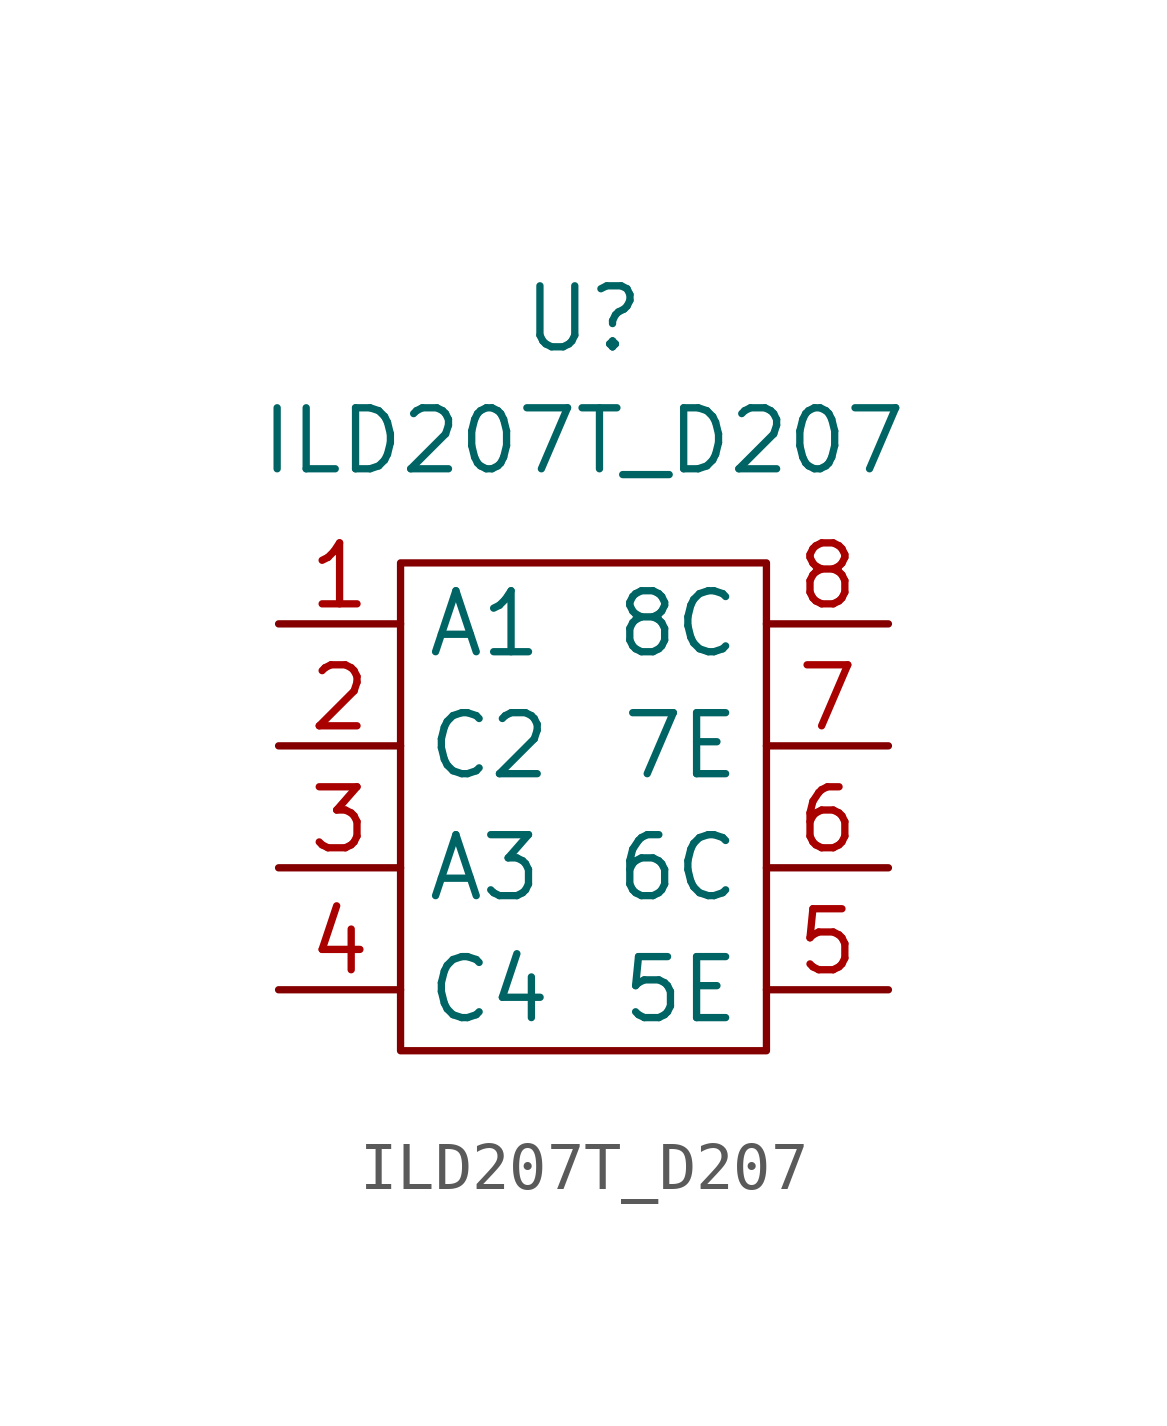
<source format=kicad_sym>
(kicad_symbol_lib
  (version 20211014)
  (generator kicad_symbol_editor)
  (symbol "ILD207T_D207"
    (property "Reference" "U"
      (at 0 -1.27 0)
      (effects (font (size 1.27 1.27))))
    (property "Value" "ILD207T_D207"
      (at 0 -3.81 0)
      (effects (font (size 1.27 1.27))))
    (symbol "ILD207T_D207_0_1"
      (polyline (pts (xy 3.81 -6.35) (xy 3.81 -16.51) (xy -3.81 -16.51) (xy -3.81 -6.35) (xy 3.81 -6.35)) (stroke (width 0) (type default) (color 0 0 0 0)) (fill (type none))))
    (symbol "ILD207T_D207_1_1"
      (pin input line (at -6.35 -7.62 0) (length 2.54) (name "A1" (effects (font (size 1.27 1.27)))) (number "1" (effects (font (size 1.27 1.27)))))
      (pin input line (at -6.35 -10.16 0) (length 2.54) (name "C2" (effects (font (size 1.27 1.27)))) (number "2" (effects (font (size 1.27 1.27)))))
      (pin input line (at -6.35 -12.7 0) (length 2.54) (name "A3" (effects (font (size 1.27 1.27)))) (number "3" (effects (font (size 1.27 1.27)))))
      (pin input line (at -6.35 -15.24 0) (length 2.54) (name "C4" (effects (font (size 1.27 1.27)))) (number "4" (effects (font (size 1.27 1.27)))))
      (pin output line (at 6.35 -15.24 180) (length 2.54) (name "5E" (effects (font (size 1.27 1.27)))) (number "5" (effects (font (size 1.27 1.27)))))
      (pin output line (at 6.35 -12.7 180) (length 2.54) (name "6C" (effects (font (size 1.27 1.27)))) (number "6" (effects (font (size 1.27 1.27)))))
      (pin output line (at 6.35 -10.16 180) (length 2.54) (name "7E" (effects (font (size 1.27 1.27)))) (number "7" (effects (font (size 1.27 1.27)))))
      (pin output line (at 6.35 -7.62 180) (length 2.54) (name "8C" (effects (font (size 1.27 1.27)))) (number "8" (effects (font (size 1.27 1.27))))))))
</source>
